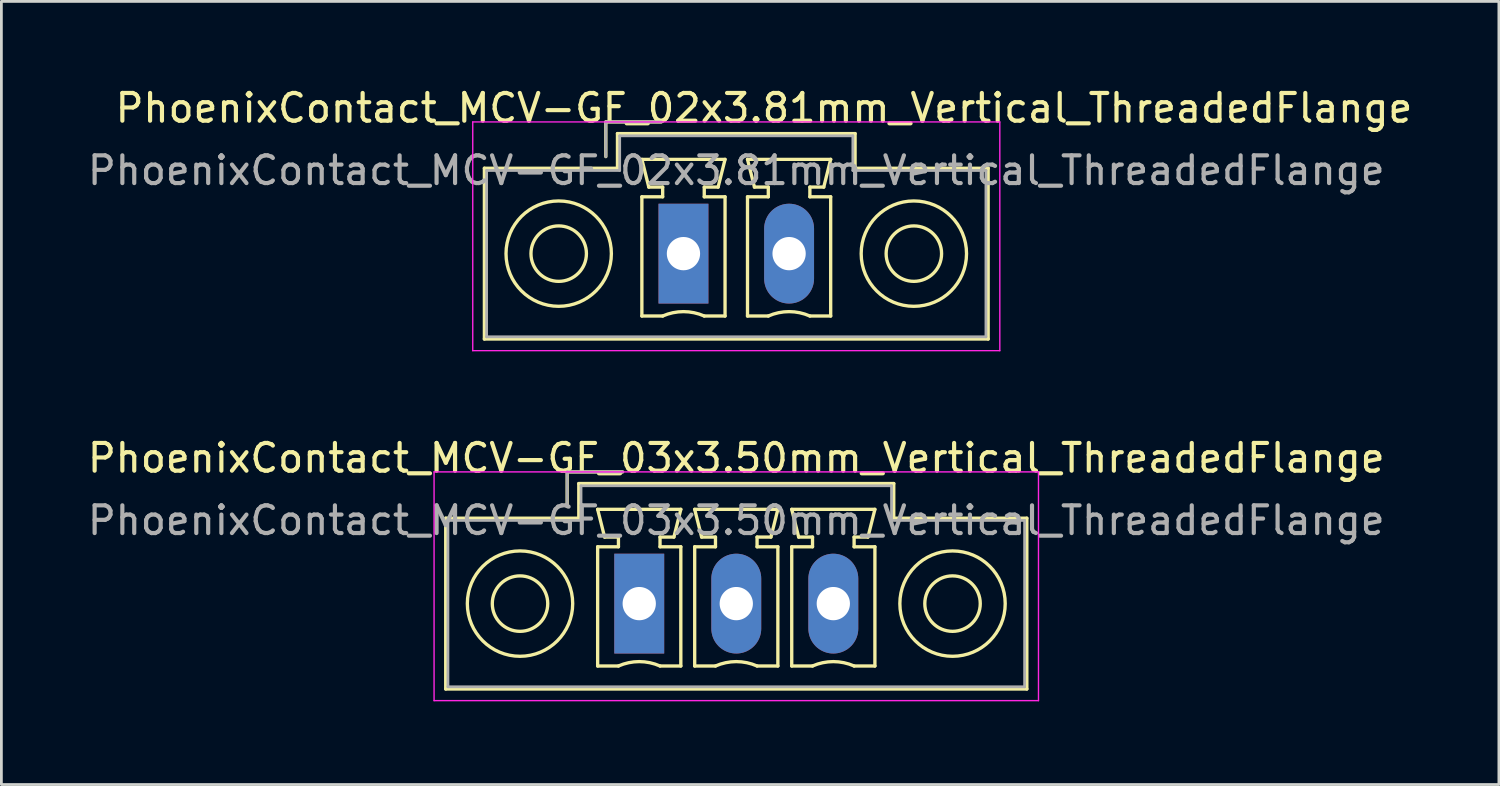
<source format=kicad_pcb>
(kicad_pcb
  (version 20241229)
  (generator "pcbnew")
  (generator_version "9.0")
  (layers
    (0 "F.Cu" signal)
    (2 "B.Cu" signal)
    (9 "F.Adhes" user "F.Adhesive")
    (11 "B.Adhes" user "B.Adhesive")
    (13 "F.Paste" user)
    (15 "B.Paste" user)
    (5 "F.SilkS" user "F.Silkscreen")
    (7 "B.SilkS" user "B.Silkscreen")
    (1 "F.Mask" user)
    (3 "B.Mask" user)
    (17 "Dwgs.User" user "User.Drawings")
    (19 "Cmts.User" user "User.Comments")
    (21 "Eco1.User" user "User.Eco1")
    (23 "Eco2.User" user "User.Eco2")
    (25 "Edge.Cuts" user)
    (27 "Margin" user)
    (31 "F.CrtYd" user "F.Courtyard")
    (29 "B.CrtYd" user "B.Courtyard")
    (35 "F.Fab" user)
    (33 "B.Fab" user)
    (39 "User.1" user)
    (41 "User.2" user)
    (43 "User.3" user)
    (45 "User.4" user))
  (footprint "PhoenixContact_MCV-GF_02x3.81mm_Vertical_ThreadedFlange"
    (layer "F.Cu")
    (at 21.601 6.098)
    (property "Reference" "PhoenixContact_MCV-GF_02x3.81mm_Vertical_ThreadedFlange" (at 2.905 -5.25 0) (layer "F.SilkS") (effects (font (size 1 1) (thickness 0.15))))
    (attr through_hole)
    (fp_line (start -7.18 -3.08) (end -7.18 3.08) (stroke (width 0.12) (type solid)) (layer "F.SilkS"))
    (fp_line (start -7.18 3.08) (end 10.99 3.08) (stroke (width 0.12) (type solid)) (layer "F.SilkS"))
    (fp_line (start -2.8 -4.75) (end -0.8 -4.75) (stroke (width 0.12) (type solid)) (layer "F.SilkS"))
    (fp_line (start -2.8 -3.5) (end -2.8 -4.75) (stroke (width 0.12) (type solid)) (layer "F.SilkS"))
    (fp_line (start -2.38 -4.33) (end -2.38 -3.08) (stroke (width 0.12) (type solid)) (layer "F.SilkS"))
    (fp_line (start -2.38 -3.08) (end -7.18 -3.08) (stroke (width 0.12) (type solid)) (layer "F.SilkS"))
    (fp_line (start -1.5 -3.4) (end 1.5 -3.4) (stroke (width 0.12) (type solid)) (layer "F.SilkS"))
    (fp_line (start -1.5 -2.05) (end -0.75 -2.05) (stroke (width 0.12) (type solid)) (layer "F.SilkS"))
    (fp_line (start -1.5 2.25) (end -1.5 -2.05) (stroke (width 0.12) (type solid)) (layer "F.SilkS"))
    (fp_line (start -1.25 -2.4) (end -1.5 -3.4) (stroke (width 0.12) (type solid)) (layer "F.SilkS"))
    (fp_line (start -0.75 -2.4) (end -1.25 -2.4) (stroke (width 0.12) (type solid)) (layer "F.SilkS"))
    (fp_line (start -0.75 -2.05) (end -0.75 -2.4) (stroke (width 0.12) (type solid)) (layer "F.SilkS"))
    (fp_line (start -0.75 2.25) (end -1.5 2.25) (stroke (width 0.12) (type solid)) (layer "F.SilkS"))
    (fp_line (start 0.75 -2.4) (end 0.75 -2.05) (stroke (width 0.12) (type solid)) (layer "F.SilkS"))
    (fp_line (start 0.75 -2.05) (end 1.5 -2.05) (stroke (width 0.12) (type solid)) (layer "F.SilkS"))
    (fp_line (start 1.25 -2.4) (end 0.75 -2.4) (stroke (width 0.12) (type solid)) (layer "F.SilkS"))
    (fp_line (start 1.5 -3.4) (end 1.25 -2.4) (stroke (width 0.12) (type solid)) (layer "F.SilkS"))
    (fp_line (start 1.5 -2.05) (end 1.5 2.25) (stroke (width 0.12) (type solid)) (layer "F.SilkS"))
    (fp_line (start 1.5 2.25) (end 0.75 2.25) (stroke (width 0.12) (type solid)) (layer "F.SilkS"))
    (fp_line (start 2.31 -3.4) (end 5.31 -3.4) (stroke (width 0.12) (type solid)) (layer "F.SilkS"))
    (fp_line (start 2.31 -2.05) (end 3.06 -2.05) (stroke (width 0.12) (type solid)) (layer "F.SilkS"))
    (fp_line (start 2.31 2.25) (end 2.31 -2.05) (stroke (width 0.12) (type solid)) (layer "F.SilkS"))
    (fp_line (start 2.56 -2.4) (end 2.31 -3.4) (stroke (width 0.12) (type solid)) (layer "F.SilkS"))
    (fp_line (start 3.06 -2.4) (end 2.56 -2.4) (stroke (width 0.12) (type solid)) (layer "F.SilkS"))
    (fp_line (start 3.06 -2.05) (end 3.06 -2.4) (stroke (width 0.12) (type solid)) (layer "F.SilkS"))
    (fp_line (start 3.06 2.25) (end 2.31 2.25) (stroke (width 0.12) (type solid)) (layer "F.SilkS"))
    (fp_line (start 4.56 -2.4) (end 4.56 -2.05) (stroke (width 0.12) (type solid)) (layer "F.SilkS"))
    (fp_line (start 4.56 -2.05) (end 5.31 -2.05) (stroke (width 0.12) (type solid)) (layer "F.SilkS"))
    (fp_line (start 5.06 -2.4) (end 4.56 -2.4) (stroke (width 0.12) (type solid)) (layer "F.SilkS"))
    (fp_line (start 5.31 -3.4) (end 5.06 -2.4) (stroke (width 0.12) (type solid)) (layer "F.SilkS"))
    (fp_line (start 5.31 -2.05) (end 5.31 2.25) (stroke (width 0.12) (type solid)) (layer "F.SilkS"))
    (fp_line (start 5.31 2.25) (end 4.56 2.25) (stroke (width 0.12) (type solid)) (layer "F.SilkS"))
    (fp_line (start 6.19 -4.33) (end -2.38 -4.33) (stroke (width 0.12) (type solid)) (layer "F.SilkS"))
    (fp_line (start 6.19 -3.08) (end 6.19 -4.33) (stroke (width 0.12) (type solid)) (layer "F.SilkS"))
    (fp_line (start 10.99 -3.08) (end 6.19 -3.08) (stroke (width 0.12) (type solid)) (layer "F.SilkS"))
    (fp_line (start 10.99 3.08) (end 10.99 -3.08) (stroke (width 0.12) (type solid)) (layer "F.SilkS"))
    (fp_arc (start -0.75 2.25) (mid -0.000193 2.09191) (end 0.749647 2.249844) (stroke (width 0.12) (type solid)) (layer "F.SilkS"))
    (fp_arc (start 3.06 2.25) (mid 3.809807 2.09191) (end 4.559647 2.249844) (stroke (width 0.12) (type solid)) (layer "F.SilkS"))
    (fp_circle (center -4.5 0) (end -3.5 0) (stroke (width 0.12) (type solid)) (fill no) (layer "F.SilkS"))
    (fp_circle (center -4.5 0) (end -2.6 0) (stroke (width 0.12) (type solid)) (fill no) (layer "F.SilkS"))
    (fp_circle (center 8.31 0) (end 9.31 0) (stroke (width 0.12) (type solid)) (fill no) (layer "F.SilkS"))
    (fp_circle (center 8.31 0) (end 10.21 0) (stroke (width 0.12) (type solid)) (fill no) (layer "F.SilkS"))
    (fp_line (start -7.6 -4.75) (end -7.6 3.5) (stroke (width 0.05) (type solid)) (layer "F.CrtYd"))
    (fp_line (start -7.6 3.5) (end 11.41 3.5) (stroke (width 0.05) (type solid)) (layer "F.CrtYd"))
    (fp_line (start 11.41 -4.75) (end -7.6 -4.75) (stroke (width 0.05) (type solid)) (layer "F.CrtYd"))
    (fp_line (start 11.41 3.5) (end 11.41 -4.75) (stroke (width 0.05) (type solid)) (layer "F.CrtYd"))
    (fp_line (start -7.1 -3) (end -7.1 3) (stroke (width 0.1) (type solid)) (layer "F.Fab"))
    (fp_line (start -7.1 3) (end 10.91 3) (stroke (width 0.1) (type solid)) (layer "F.Fab"))
    (fp_line (start -2.8 -4.75) (end -0.8 -4.75) (stroke (width 0.1) (type solid)) (layer "F.Fab"))
    (fp_line (start -2.8 -3.5) (end -2.8 -4.75) (stroke (width 0.1) (type solid)) (layer "F.Fab"))
    (fp_line (start -2.3 -4.25) (end -2.3 -3) (stroke (width 0.1) (type solid)) (layer "F.Fab"))
    (fp_line (start -2.3 -3) (end -7.1 -3) (stroke (width 0.1) (type solid)) (layer "F.Fab"))
    (fp_line (start 6.11 -4.25) (end -2.3 -4.25) (stroke (width 0.1) (type solid)) (layer "F.Fab"))
    (fp_line (start 6.11 -3) (end 6.11 -4.25) (stroke (width 0.1) (type solid)) (layer "F.Fab"))
    (fp_line (start 10.91 -3) (end 6.11 -3) (stroke (width 0.1) (type solid)) (layer "F.Fab"))
    (fp_line (start 10.91 3) (end 10.91 -3) (stroke (width 0.1) (type solid)) (layer "F.Fab"))
    (fp_text user "${REFERENCE}" (at 1.905 -3 0) (layer "F.Fab") (effects (font (size 1 1) (thickness 0.15))))
    (pad "1" thru_hole rect (at 0 0) (size 1.8 3.6) (drill 1.2) (layers "*.Cu" "*.Mask"))
    (pad "2" thru_hole oval (at 3.81 0) (size 1.8 3.6) (drill 1.2) (layers "*.Cu" "*.Mask")))
  (footprint "PhoenixContact_MCV-GF_03x3.50mm_Vertical_ThreadedFlange"
    (layer "F.Cu")
    (at 20.006 18.721)
    (property "Reference" "PhoenixContact_MCV-GF_03x3.50mm_Vertical_ThreadedFlange" (at 3.5 -5.25 0) (layer "F.SilkS") (effects (font (size 1 1) (thickness 0.15))))
    (attr through_hole)
    (fp_line (start -6.98 -3.08) (end -6.98 3.08) (stroke (width 0.12) (type solid)) (layer "F.SilkS"))
    (fp_line (start -6.98 3.08) (end 13.98 3.08) (stroke (width 0.12) (type solid)) (layer "F.SilkS"))
    (fp_line (start -2.6 -4.75) (end -0.6 -4.75) (stroke (width 0.12) (type solid)) (layer "F.SilkS"))
    (fp_line (start -2.6 -3.5) (end -2.6 -4.75) (stroke (width 0.12) (type solid)) (layer "F.SilkS"))
    (fp_line (start -2.18 -4.33) (end -2.18 -3.08) (stroke (width 0.12) (type solid)) (layer "F.SilkS"))
    (fp_line (start -2.18 -3.08) (end -6.98 -3.08) (stroke (width 0.12) (type solid)) (layer "F.SilkS"))
    (fp_line (start -1.5 -3.4) (end 1.5 -3.4) (stroke (width 0.12) (type solid)) (layer "F.SilkS"))
    (fp_line (start -1.5 -2.05) (end -0.75 -2.05) (stroke (width 0.12) (type solid)) (layer "F.SilkS"))
    (fp_line (start -1.5 2.25) (end -1.5 -2.05) (stroke (width 0.12) (type solid)) (layer "F.SilkS"))
    (fp_line (start -1.25 -2.4) (end -1.5 -3.4) (stroke (width 0.12) (type solid)) (layer "F.SilkS"))
    (fp_line (start -0.75 -2.4) (end -1.25 -2.4) (stroke (width 0.12) (type solid)) (layer "F.SilkS"))
    (fp_line (start -0.75 -2.05) (end -0.75 -2.4) (stroke (width 0.12) (type solid)) (layer "F.SilkS"))
    (fp_line (start -0.75 2.25) (end -1.5 2.25) (stroke (width 0.12) (type solid)) (layer "F.SilkS"))
    (fp_line (start 0.75 -2.4) (end 0.75 -2.05) (stroke (width 0.12) (type solid)) (layer "F.SilkS"))
    (fp_line (start 0.75 -2.05) (end 1.5 -2.05) (stroke (width 0.12) (type solid)) (layer "F.SilkS"))
    (fp_line (start 1.25 -2.4) (end 0.75 -2.4) (stroke (width 0.12) (type solid)) (layer "F.SilkS"))
    (fp_line (start 1.5 -3.4) (end 1.25 -2.4) (stroke (width 0.12) (type solid)) (layer "F.SilkS"))
    (fp_line (start 1.5 -2.05) (end 1.5 2.25) (stroke (width 0.12) (type solid)) (layer "F.SilkS"))
    (fp_line (start 1.5 2.25) (end 0.75 2.25) (stroke (width 0.12) (type solid)) (layer "F.SilkS"))
    (fp_line (start 2 -3.4) (end 5 -3.4) (stroke (width 0.12) (type solid)) (layer "F.SilkS"))
    (fp_line (start 2 -2.05) (end 2.75 -2.05) (stroke (width 0.12) (type solid)) (layer "F.SilkS"))
    (fp_line (start 2 2.25) (end 2 -2.05) (stroke (width 0.12) (type solid)) (layer "F.SilkS"))
    (fp_line (start 2.25 -2.4) (end 2 -3.4) (stroke (width 0.12) (type solid)) (layer "F.SilkS"))
    (fp_line (start 2.75 -2.4) (end 2.25 -2.4) (stroke (width 0.12) (type solid)) (layer "F.SilkS"))
    (fp_line (start 2.75 -2.05) (end 2.75 -2.4) (stroke (width 0.12) (type solid)) (layer "F.SilkS"))
    (fp_line (start 2.75 2.25) (end 2 2.25) (stroke (width 0.12) (type solid)) (layer "F.SilkS"))
    (fp_line (start 4.25 -2.4) (end 4.25 -2.05) (stroke (width 0.12) (type solid)) (layer "F.SilkS"))
    (fp_line (start 4.25 -2.05) (end 5 -2.05) (stroke (width 0.12) (type solid)) (layer "F.SilkS"))
    (fp_line (start 4.75 -2.4) (end 4.25 -2.4) (stroke (width 0.12) (type solid)) (layer "F.SilkS"))
    (fp_line (start 5 -3.4) (end 4.75 -2.4) (stroke (width 0.12) (type solid)) (layer "F.SilkS"))
    (fp_line (start 5 -2.05) (end 5 2.25) (stroke (width 0.12) (type solid)) (layer "F.SilkS"))
    (fp_line (start 5 2.25) (end 4.25 2.25) (stroke (width 0.12) (type solid)) (layer "F.SilkS"))
    (fp_line (start 5.5 -3.4) (end 8.5 -3.4) (stroke (width 0.12) (type solid)) (layer "F.SilkS"))
    (fp_line (start 5.5 -2.05) (end 6.25 -2.05) (stroke (width 0.12) (type solid)) (layer "F.SilkS"))
    (fp_line (start 5.5 2.25) (end 5.5 -2.05) (stroke (width 0.12) (type solid)) (layer "F.SilkS"))
    (fp_line (start 5.75 -2.4) (end 5.5 -3.4) (stroke (width 0.12) (type solid)) (layer "F.SilkS"))
    (fp_line (start 6.25 -2.4) (end 5.75 -2.4) (stroke (width 0.12) (type solid)) (layer "F.SilkS"))
    (fp_line (start 6.25 -2.05) (end 6.25 -2.4) (stroke (width 0.12) (type solid)) (layer "F.SilkS"))
    (fp_line (start 6.25 2.25) (end 5.5 2.25) (stroke (width 0.12) (type solid)) (layer "F.SilkS"))
    (fp_line (start 7.75 -2.4) (end 7.75 -2.05) (stroke (width 0.12) (type solid)) (layer "F.SilkS"))
    (fp_line (start 7.75 -2.05) (end 8.5 -2.05) (stroke (width 0.12) (type solid)) (layer "F.SilkS"))
    (fp_line (start 8.25 -2.4) (end 7.75 -2.4) (stroke (width 0.12) (type solid)) (layer "F.SilkS"))
    (fp_line (start 8.5 -3.4) (end 8.25 -2.4) (stroke (width 0.12) (type solid)) (layer "F.SilkS"))
    (fp_line (start 8.5 -2.05) (end 8.5 2.25) (stroke (width 0.12) (type solid)) (layer "F.SilkS"))
    (fp_line (start 8.5 2.25) (end 7.75 2.25) (stroke (width 0.12) (type solid)) (layer "F.SilkS"))
    (fp_line (start 9.18 -4.33) (end -2.18 -4.33) (stroke (width 0.12) (type solid)) (layer "F.SilkS"))
    (fp_line (start 9.18 -3.08) (end 9.18 -4.33) (stroke (width 0.12) (type solid)) (layer "F.SilkS"))
    (fp_line (start 13.98 -3.08) (end 9.18 -3.08) (stroke (width 0.12) (type solid)) (layer "F.SilkS"))
    (fp_line (start 13.98 3.08) (end 13.98 -3.08) (stroke (width 0.12) (type solid)) (layer "F.SilkS"))
    (fp_arc (start -0.75 2.25) (mid -0.000193 2.09191) (end 0.749647 2.249844) (stroke (width 0.12) (type solid)) (layer "F.SilkS"))
    (fp_arc (start 2.75 2.25) (mid 3.499807 2.09191) (end 4.249647 2.249844) (stroke (width 0.12) (type solid)) (layer "F.SilkS"))
    (fp_arc (start 6.25 2.25) (mid 6.999807 2.09191) (end 7.749647 2.249844) (stroke (width 0.12) (type solid)) (layer "F.SilkS"))
    (fp_circle (center -4.3 0) (end -3.3 0) (stroke (width 0.12) (type solid)) (fill no) (layer "F.SilkS"))
    (fp_circle (center -4.3 0) (end -2.4 0) (stroke (width 0.12) (type solid)) (fill no) (layer "F.SilkS"))
    (fp_circle (center 11.3 0) (end 12.3 0) (stroke (width 0.12) (type solid)) (fill no) (layer "F.SilkS"))
    (fp_circle (center 11.3 0) (end 13.2 0) (stroke (width 0.12) (type solid)) (fill no) (layer "F.SilkS"))
    (fp_line (start -7.4 -4.75) (end -7.4 3.5) (stroke (width 0.05) (type solid)) (layer "F.CrtYd"))
    (fp_line (start -7.4 3.5) (end 14.4 3.5) (stroke (width 0.05) (type solid)) (layer "F.CrtYd"))
    (fp_line (start 14.4 -4.75) (end -7.4 -4.75) (stroke (width 0.05) (type solid)) (layer "F.CrtYd"))
    (fp_line (start 14.4 3.5) (end 14.4 -4.75) (stroke (width 0.05) (type solid)) (layer "F.CrtYd"))
    (fp_line (start -6.9 -3) (end -6.9 3) (stroke (width 0.1) (type solid)) (layer "F.Fab"))
    (fp_line (start -6.9 3) (end 13.9 3) (stroke (width 0.1) (type solid)) (layer "F.Fab"))
    (fp_line (start -2.6 -4.75) (end -0.6 -4.75) (stroke (width 0.1) (type solid)) (layer "F.Fab"))
    (fp_line (start -2.6 -3.5) (end -2.6 -4.75) (stroke (width 0.1) (type solid)) (layer "F.Fab"))
    (fp_line (start -2.1 -4.25) (end -2.1 -3) (stroke (width 0.1) (type solid)) (layer "F.Fab"))
    (fp_line (start -2.1 -3) (end -6.9 -3) (stroke (width 0.1) (type solid)) (layer "F.Fab"))
    (fp_line (start 9.1 -4.25) (end -2.1 -4.25) (stroke (width 0.1) (type solid)) (layer "F.Fab"))
    (fp_line (start 9.1 -3) (end 9.1 -4.25) (stroke (width 0.1) (type solid)) (layer "F.Fab"))
    (fp_line (start 13.9 -3) (end 9.1 -3) (stroke (width 0.1) (type solid)) (layer "F.Fab"))
    (fp_line (start 13.9 3) (end 13.9 -3) (stroke (width 0.1) (type solid)) (layer "F.Fab"))
    (fp_text user "${REFERENCE}" (at 3.5 -3 0) (layer "F.Fab") (effects (font (size 1 1) (thickness 0.15))))
    (pad "1" thru_hole rect (at 0 0) (size 1.8 3.6) (drill 1.2) (layers "*.Cu" "*.Mask"))
    (pad "2" thru_hole oval (at 3.5 0) (size 1.8 3.6) (drill 1.2) (layers "*.Cu" "*.Mask"))
    (pad "3" thru_hole oval (at 7 0) (size 1.8 3.6) (drill 1.2) (layers "*.Cu" "*.Mask")))
  (gr_rect
    (start -3 -3)
    (end 51.012 25.247)
    (stroke (width 0.1) (type default))
    (fill no)
    (layer "Edge.Cuts")))
</source>
